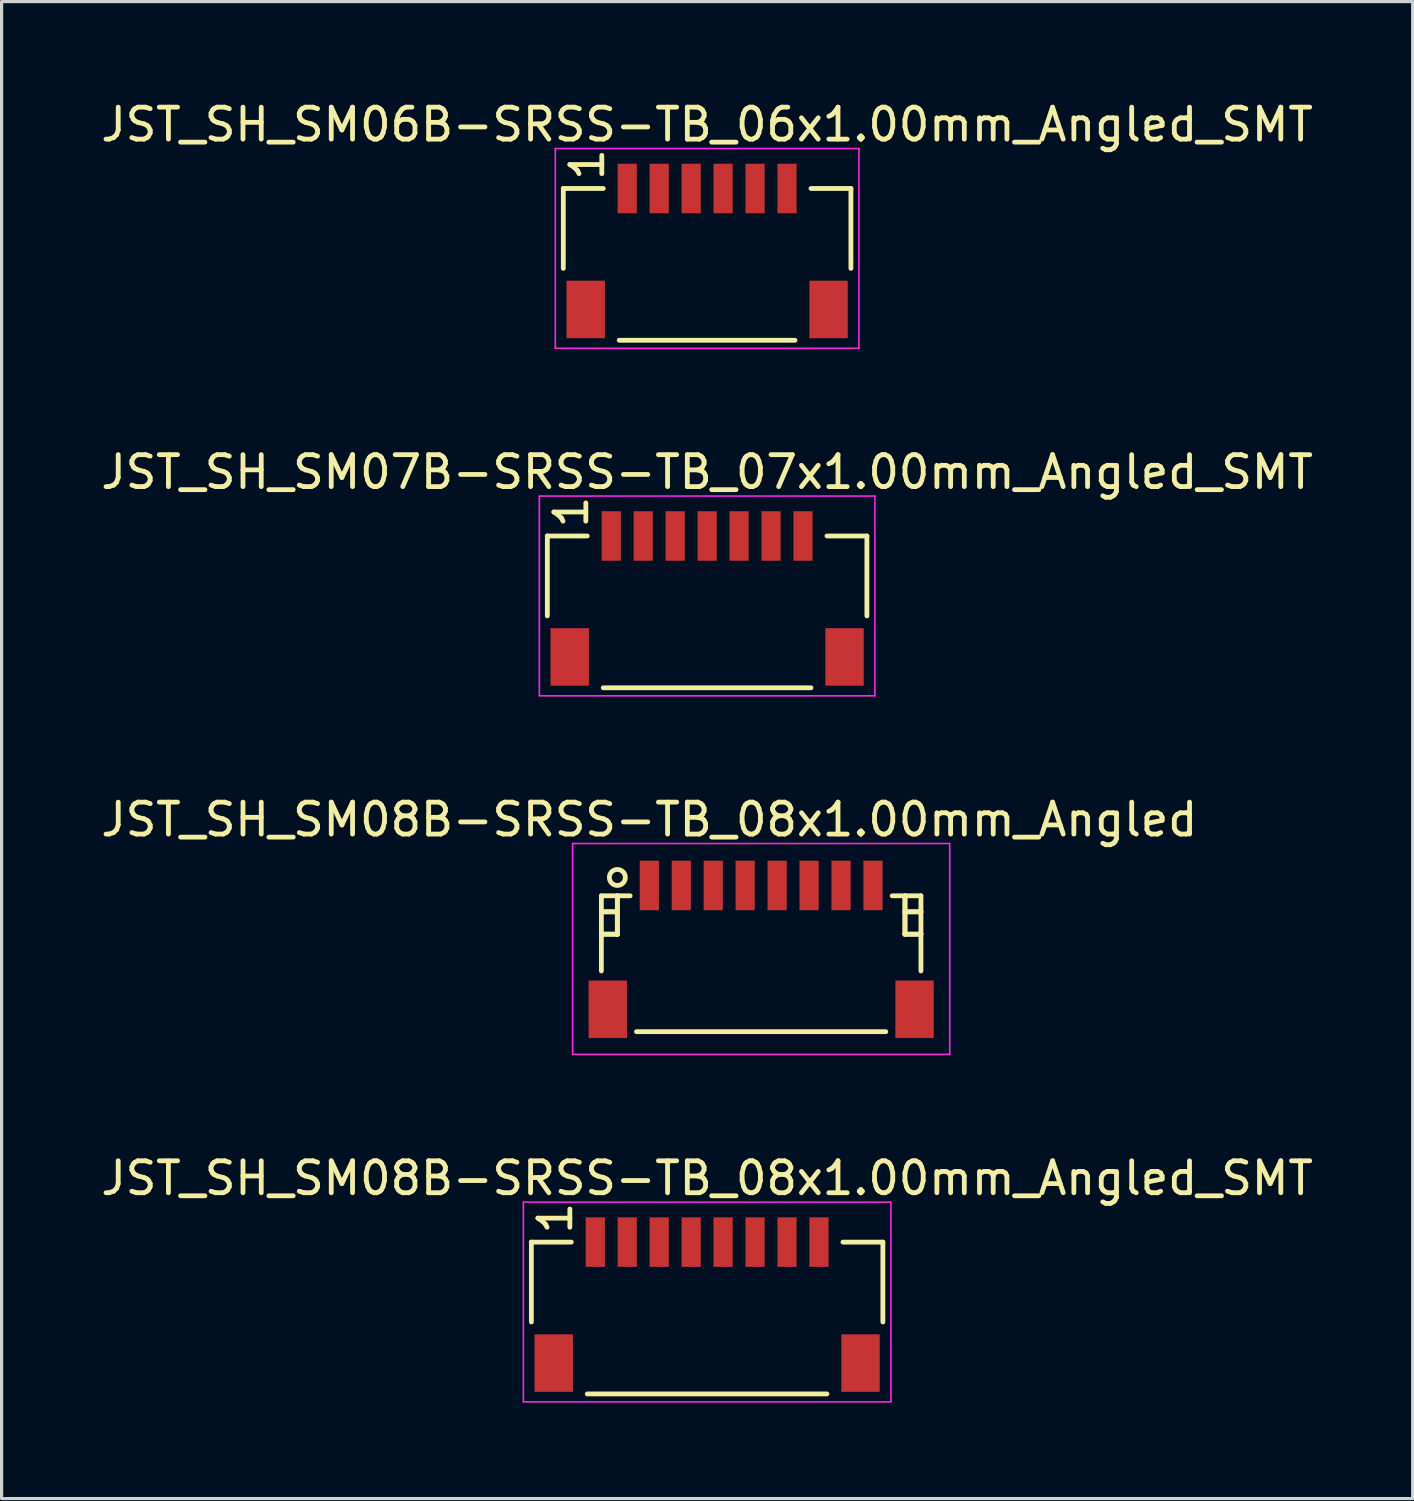
<source format=kicad_pcb>
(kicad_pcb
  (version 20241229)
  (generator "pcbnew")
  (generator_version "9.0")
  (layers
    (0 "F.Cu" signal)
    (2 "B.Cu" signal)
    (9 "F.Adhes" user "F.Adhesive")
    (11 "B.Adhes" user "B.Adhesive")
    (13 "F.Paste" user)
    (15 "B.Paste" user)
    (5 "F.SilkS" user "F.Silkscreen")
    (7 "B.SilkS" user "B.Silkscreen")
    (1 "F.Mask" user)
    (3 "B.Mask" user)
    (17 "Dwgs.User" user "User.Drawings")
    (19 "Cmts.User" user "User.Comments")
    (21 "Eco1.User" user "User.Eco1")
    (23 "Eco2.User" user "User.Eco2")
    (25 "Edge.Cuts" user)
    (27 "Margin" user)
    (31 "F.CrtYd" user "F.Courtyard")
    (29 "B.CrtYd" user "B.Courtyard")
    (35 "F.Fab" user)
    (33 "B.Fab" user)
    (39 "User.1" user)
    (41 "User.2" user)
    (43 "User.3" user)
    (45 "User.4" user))
  (footprint "JST_SH_SM08B-SRSS-TB_08x1.00mm_Angled"
    (layer "F.Cu")
    (at 20.768 26.595)
    (property "Reference" "JST_SH_SM08B-SRSS-TB_08x1.00mm_Angled" (at -3.5 -4 0) (layer "F.SilkS") (effects (font (size 1 1) (thickness 0.15))))
    (attr smd)
    (fp_line (start -5 -1.613) (end -4.1 -1.613) (stroke (width 0.15) (type solid)) (layer "F.SilkS"))
    (fp_line (start -5 -1.113) (end -5 -1.113) (stroke (width 0.15) (type solid)) (layer "F.SilkS"))
    (fp_line (start -5 -1.113) (end -4.5 -1.113) (stroke (width 0.15) (type solid)) (layer "F.SilkS"))
    (fp_line (start -5 -0.412) (end -5 -0.412) (stroke (width 0.15) (type solid)) (layer "F.SilkS"))
    (fp_line (start -5 -0.412) (end -4.5 -0.412) (stroke (width 0.15) (type solid)) (layer "F.SilkS"))
    (fp_line (start -5 0.738) (end -5 -1.613) (stroke (width 0.15) (type solid)) (layer "F.SilkS"))
    (fp_line (start -4.5 -1.613) (end -4.5 -1.613) (stroke (width 0.15) (type solid)) (layer "F.SilkS"))
    (fp_line (start -4.5 -1.613) (end -4.5 -0.412) (stroke (width 0.15) (type solid)) (layer "F.SilkS"))
    (fp_line (start -4.5 -1.113) (end -5 -1.113) (stroke (width 0.15) (type solid)) (layer "F.SilkS"))
    (fp_line (start -4.5 -1.113) (end -4.5 -1.113) (stroke (width 0.15) (type solid)) (layer "F.SilkS"))
    (fp_line (start -4.5 -0.412) (end -5 -0.412) (stroke (width 0.15) (type solid)) (layer "F.SilkS"))
    (fp_line (start -4.5 -0.412) (end -4.5 -1.613) (stroke (width 0.15) (type solid)) (layer "F.SilkS"))
    (fp_line (start -4.5 -0.412) (end -4.5 -0.412) (stroke (width 0.15) (type solid)) (layer "F.SilkS"))
    (fp_line (start -4.5 -0.412) (end -4.5 -0.412) (stroke (width 0.15) (type solid)) (layer "F.SilkS"))
    (fp_line (start -3.9 2.638) (end 3.9 2.638) (stroke (width 0.15) (type solid)) (layer "F.SilkS"))
    (fp_line (start 4.5 -1.613) (end 4.5 -1.613) (stroke (width 0.15) (type solid)) (layer "F.SilkS"))
    (fp_line (start 4.5 -1.613) (end 4.5 -0.412) (stroke (width 0.15) (type solid)) (layer "F.SilkS"))
    (fp_line (start 4.5 -1.113) (end 4.5 -1.113) (stroke (width 0.15) (type solid)) (layer "F.SilkS"))
    (fp_line (start 4.5 -1.113) (end 5 -1.113) (stroke (width 0.15) (type solid)) (layer "F.SilkS"))
    (fp_line (start 4.5 -0.412) (end 4.5 -1.613) (stroke (width 0.15) (type solid)) (layer "F.SilkS"))
    (fp_line (start 4.5 -0.412) (end 4.5 -0.412) (stroke (width 0.15) (type solid)) (layer "F.SilkS"))
    (fp_line (start 4.5 -0.412) (end 4.5 -0.412) (stroke (width 0.15) (type solid)) (layer "F.SilkS"))
    (fp_line (start 4.5 -0.412) (end 5 -0.412) (stroke (width 0.15) (type solid)) (layer "F.SilkS"))
    (fp_line (start 5 -1.613) (end 4.1 -1.613) (stroke (width 0.15) (type solid)) (layer "F.SilkS"))
    (fp_line (start 5 -1.113) (end 4.5 -1.113) (stroke (width 0.15) (type solid)) (layer "F.SilkS"))
    (fp_line (start 5 -1.113) (end 5 -1.113) (stroke (width 0.15) (type solid)) (layer "F.SilkS"))
    (fp_line (start 5 -0.412) (end 4.5 -0.412) (stroke (width 0.15) (type solid)) (layer "F.SilkS"))
    (fp_line (start 5 -0.412) (end 5 -0.412) (stroke (width 0.15) (type solid)) (layer "F.SilkS"))
    (fp_line (start 5 0.738) (end 5 -1.613) (stroke (width 0.15) (type solid)) (layer "F.SilkS"))
    (fp_circle (center -4.5 -2.188) (end -4.25 -2.188) (stroke (width 0.15) (type solid)) (fill no) (layer "F.SilkS"))
    (fp_line (start -5.9 -3.25) (end 5.9 -3.25) (stroke (width 0.05) (type solid)) (layer "F.CrtYd"))
    (fp_line (start -5.9 3.35) (end -5.9 -3.25) (stroke (width 0.05) (type solid)) (layer "F.CrtYd"))
    (fp_line (start 5.9 -3.25) (end 5.9 3.35) (stroke (width 0.05) (type solid)) (layer "F.CrtYd"))
    (fp_line (start 5.9 3.35) (end -5.9 3.35) (stroke (width 0.05) (type solid)) (layer "F.CrtYd"))
    (pad "" smd rect (at -4.8 1.938) (size 1.2 1.8) (layers "F.Cu" "F.Mask" "F.Paste"))
    (pad "" smd rect (at 4.8 1.938) (size 1.2 1.8) (layers "F.Cu" "F.Mask" "F.Paste"))
    (pad "1" smd rect (at -3.5 -1.938) (size 0.6 1.55) (layers "F.Cu" "F.Mask" "F.Paste"))
    (pad "2" smd rect (at -2.5 -1.938) (size 0.6 1.55) (layers "F.Cu" "F.Mask" "F.Paste"))
    (pad "3" smd rect (at -1.5 -1.938) (size 0.6 1.55) (layers "F.Cu" "F.Mask" "F.Paste"))
    (pad "4" smd rect (at -0.5 -1.938) (size 0.6 1.55) (layers "F.Cu" "F.Mask" "F.Paste"))
    (pad "5" smd rect (at 0.5 -1.938) (size 0.6 1.55) (layers "F.Cu" "F.Mask" "F.Paste"))
    (pad "6" smd rect (at 1.5 -1.938) (size 0.6 1.55) (layers "F.Cu" "F.Mask" "F.Paste"))
    (pad "7" smd rect (at 2.5 -1.938) (size 0.6 1.55) (layers "F.Cu" "F.Mask" "F.Paste"))
    (pad "8" smd rect (at 3.5 -1.938) (size 0.6 1.55) (layers "F.Cu" "F.Mask" "F.Paste")))
  (footprint "JST_SH_SM07B-SRSS-TB_07x1.00mm_Angled_SMT"
    (layer "F.Cu")
    (at 16.077 13.722)
    (property "Reference" "JST_SH_SM07B-SRSS-TB_07x1.00mm_Angled_SMT" (at 3 -2 0) (layer "F.SilkS") (effects (font (size 1 1) (thickness 0.15))))
    (attr smd)
    (fp_line (start -2 0) (end -0.75 0) (stroke (width 0.15) (type solid)) (layer "F.SilkS"))
    (fp_line (start -2 2.5) (end -2 0) (stroke (width 0.15) (type solid)) (layer "F.SilkS"))
    (fp_line (start -0.25 4.75) (end 6.25 4.75) (stroke (width 0.15) (type solid)) (layer "F.SilkS"))
    (fp_line (start 6.75 0) (end 8 0) (stroke (width 0.15) (type solid)) (layer "F.SilkS"))
    (fp_line (start 8 2.5) (end 8 0) (stroke (width 0.15) (type solid)) (layer "F.SilkS"))
    (fp_line (start -2.25 -1.25) (end 8.25 -1.25) (stroke (width 0.05) (type solid)) (layer "F.CrtYd"))
    (fp_line (start -2.25 5) (end -2.25 -1.25) (stroke (width 0.05) (type solid)) (layer "F.CrtYd"))
    (fp_line (start 8.25 -1.25) (end 8.25 5) (stroke (width 0.05) (type solid)) (layer "F.CrtYd"))
    (fp_line (start 8.25 5) (end -2.25 5) (stroke (width 0.05) (type solid)) (layer "F.CrtYd"))
    (fp_text user "1" (at -1.25 -0.75 90) (layer "F.SilkS") (effects (font (size 1 1) (thickness 0.15))))
    (pad "" smd rect (at -1.3 3.785) (size 1.2 1.8) (layers "F.Cu" "F.Mask" "F.Paste"))
    (pad "" smd rect (at 7.3 3.785) (size 1.2 1.8) (layers "F.Cu" "F.Mask" "F.Paste"))
    (pad "1" smd rect (at 0 0) (size 0.6 1.55) (layers "F.Cu" "F.Mask" "F.Paste"))
    (pad "2" smd rect (at 1 0) (size 0.6 1.55) (layers "F.Cu" "F.Mask" "F.Paste"))
    (pad "3" smd rect (at 2 0) (size 0.6 1.55) (layers "F.Cu" "F.Mask" "F.Paste"))
    (pad "4" smd rect (at 3 0) (size 0.6 1.55) (layers "F.Cu" "F.Mask" "F.Paste"))
    (pad "5" smd rect (at 4 0) (size 0.6 1.55) (layers "F.Cu" "F.Mask" "F.Paste"))
    (pad "6" smd rect (at 5 0) (size 0.6 1.55) (layers "F.Cu" "F.Mask" "F.Paste"))
    (pad "7" smd rect (at 6 0) (size 0.6 1.55) (layers "F.Cu" "F.Mask" "F.Paste")))
  (footprint "JST_SH_SM08B-SRSS-TB_08x1.00mm_Angled_SMT"
    (layer "F.Cu")
    (at 15.577 35.818)
    (property "Reference" "JST_SH_SM08B-SRSS-TB_08x1.00mm_Angled_SMT" (at 3.5 -2 0) (layer "F.SilkS") (effects (font (size 1 1) (thickness 0.15))))
    (attr smd)
    (fp_line (start -2 0) (end -0.75 0) (stroke (width 0.15) (type solid)) (layer "F.SilkS"))
    (fp_line (start -2 2.5) (end -2 0) (stroke (width 0.15) (type solid)) (layer "F.SilkS"))
    (fp_line (start -0.25 4.75) (end 7.25 4.75) (stroke (width 0.15) (type solid)) (layer "F.SilkS"))
    (fp_line (start 7.75 0) (end 9 0) (stroke (width 0.15) (type solid)) (layer "F.SilkS"))
    (fp_line (start 9 2.5) (end 9 0) (stroke (width 0.15) (type solid)) (layer "F.SilkS"))
    (fp_line (start -2.25 -1.25) (end 9.25 -1.25) (stroke (width 0.05) (type solid)) (layer "F.CrtYd"))
    (fp_line (start -2.25 5) (end -2.25 -1.25) (stroke (width 0.05) (type solid)) (layer "F.CrtYd"))
    (fp_line (start 9.25 -1.25) (end 9.25 5) (stroke (width 0.05) (type solid)) (layer "F.CrtYd"))
    (fp_line (start 9.25 5) (end -2.25 5) (stroke (width 0.05) (type solid)) (layer "F.CrtYd"))
    (fp_text user "1" (at -1.25 -0.75 90) (layer "F.SilkS") (effects (font (size 1 1) (thickness 0.15))))
    (pad "" smd rect (at -1.3 3.785) (size 1.2 1.8) (layers "F.Cu" "F.Mask" "F.Paste"))
    (pad "" smd rect (at 8.3 3.785) (size 1.2 1.8) (layers "F.Cu" "F.Mask" "F.Paste"))
    (pad "1" smd rect (at 0 0) (size 0.6 1.55) (layers "F.Cu" "F.Mask" "F.Paste"))
    (pad "2" smd rect (at 1 0) (size 0.6 1.55) (layers "F.Cu" "F.Mask" "F.Paste"))
    (pad "3" smd rect (at 2 0) (size 0.6 1.55) (layers "F.Cu" "F.Mask" "F.Paste"))
    (pad "4" smd rect (at 3 0) (size 0.6 1.55) (layers "F.Cu" "F.Mask" "F.Paste"))
    (pad "5" smd rect (at 4 0) (size 0.6 1.55) (layers "F.Cu" "F.Mask" "F.Paste"))
    (pad "6" smd rect (at 5 0) (size 0.6 1.55) (layers "F.Cu" "F.Mask" "F.Paste"))
    (pad "7" smd rect (at 6 0) (size 0.6 1.55) (layers "F.Cu" "F.Mask" "F.Paste"))
    (pad "8" smd rect (at 7 0) (size 0.6 1.55) (layers "F.Cu" "F.Mask" "F.Paste")))
  (footprint "JST_SH_SM06B-SRSS-TB_06x1.00mm_Angled_SMT"
    (layer "F.Cu")
    (at 16.577 2.848)
    (property "Reference" "JST_SH_SM06B-SRSS-TB_06x1.00mm_Angled_SMT" (at 2.5 -2 0) (layer "F.SilkS") (effects (font (size 1 1) (thickness 0.15))))
    (attr smd)
    (fp_line (start -2 0) (end -0.75 0) (stroke (width 0.15) (type solid)) (layer "F.SilkS"))
    (fp_line (start -2 2.5) (end -2 0) (stroke (width 0.15) (type solid)) (layer "F.SilkS"))
    (fp_line (start -0.25 4.75) (end 5.25 4.75) (stroke (width 0.15) (type solid)) (layer "F.SilkS"))
    (fp_line (start 5.75 0) (end 7 0) (stroke (width 0.15) (type solid)) (layer "F.SilkS"))
    (fp_line (start 7 2.5) (end 7 0) (stroke (width 0.15) (type solid)) (layer "F.SilkS"))
    (fp_line (start -2.25 -1.25) (end 7.25 -1.25) (stroke (width 0.05) (type solid)) (layer "F.CrtYd"))
    (fp_line (start -2.25 5) (end -2.25 -1.25) (stroke (width 0.05) (type solid)) (layer "F.CrtYd"))
    (fp_line (start 7.25 -1.25) (end 7.25 5) (stroke (width 0.05) (type solid)) (layer "F.CrtYd"))
    (fp_line (start 7.25 5) (end -2.25 5) (stroke (width 0.05) (type solid)) (layer "F.CrtYd"))
    (fp_text user "1" (at -1.25 -0.75 90) (layer "F.SilkS") (effects (font (size 1 1) (thickness 0.15))))
    (pad "" smd rect (at -1.3 3.785) (size 1.2 1.8) (layers "F.Cu" "F.Mask" "F.Paste"))
    (pad "" smd rect (at 6.3 3.785) (size 1.2 1.8) (layers "F.Cu" "F.Mask" "F.Paste"))
    (pad "1" smd rect (at 0 0) (size 0.6 1.55) (layers "F.Cu" "F.Mask" "F.Paste"))
    (pad "2" smd rect (at 1 0) (size 0.6 1.55) (layers "F.Cu" "F.Mask" "F.Paste"))
    (pad "3" smd rect (at 2 0) (size 0.6 1.55) (layers "F.Cu" "F.Mask" "F.Paste"))
    (pad "4" smd rect (at 3 0) (size 0.6 1.55) (layers "F.Cu" "F.Mask" "F.Paste"))
    (pad "5" smd rect (at 4 0) (size 0.6 1.55) (layers "F.Cu" "F.Mask" "F.Paste"))
    (pad "6" smd rect (at 5 0) (size 0.6 1.55) (layers "F.Cu" "F.Mask" "F.Paste")))
  (gr_rect
    (start -3 -3)
    (end 41.155 43.843)
    (stroke (width 0.1) (type default))
    (fill no)
    (layer "Edge.Cuts")))
</source>
